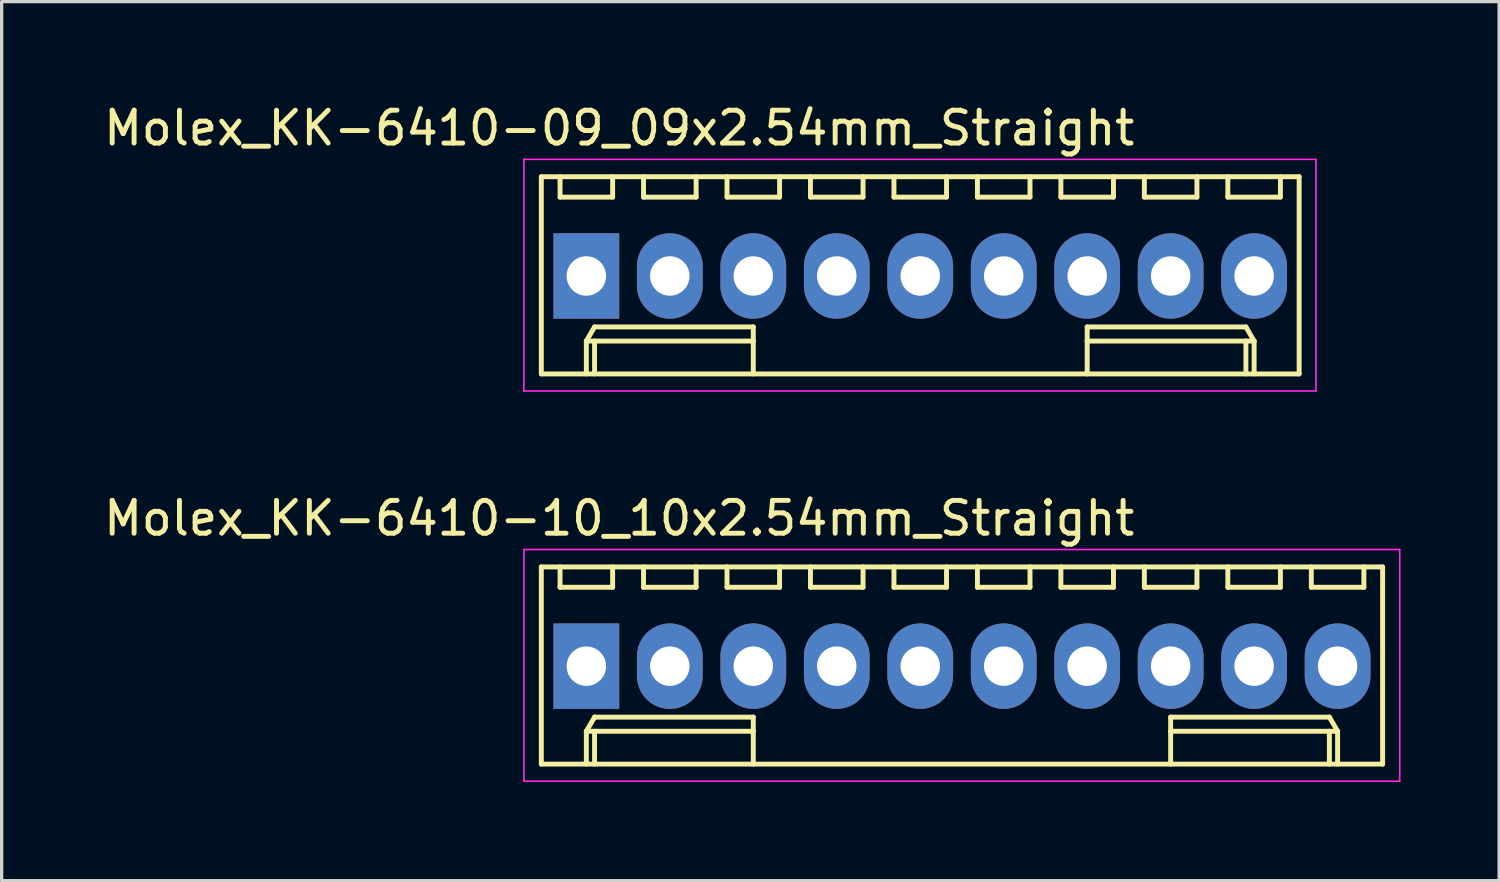
<source format=kicad_pcb>
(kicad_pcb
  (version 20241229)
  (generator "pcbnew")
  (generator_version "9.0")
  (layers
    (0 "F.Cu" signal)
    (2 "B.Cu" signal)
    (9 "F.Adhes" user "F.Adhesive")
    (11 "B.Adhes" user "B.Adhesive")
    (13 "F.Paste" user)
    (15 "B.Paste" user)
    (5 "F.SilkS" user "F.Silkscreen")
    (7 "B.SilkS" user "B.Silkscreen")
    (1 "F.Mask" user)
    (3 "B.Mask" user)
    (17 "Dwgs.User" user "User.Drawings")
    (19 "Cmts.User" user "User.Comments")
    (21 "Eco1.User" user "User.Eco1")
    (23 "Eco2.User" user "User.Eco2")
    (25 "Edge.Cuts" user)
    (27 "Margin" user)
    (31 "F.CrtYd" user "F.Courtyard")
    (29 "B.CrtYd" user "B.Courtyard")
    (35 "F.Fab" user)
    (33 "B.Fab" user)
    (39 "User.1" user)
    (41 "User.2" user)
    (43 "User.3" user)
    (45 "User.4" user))
  (footprint "Molex_KK-6410-09_09x2.54mm_Straight"
    (layer "F.Cu")
    (at 14.792 5.348)
    (property "Reference" "Molex_KK-6410-09_09x2.54mm_Straight" (at 1 -4.5 0) (layer "F.SilkS") (effects (font (size 1 1) (thickness 0.15))))
    (attr through_hole)
    (fp_line (start -1.37 -3.02) (end -1.37 2.98) (stroke (width 0.15) (type solid)) (layer "F.SilkS"))
    (fp_line (start -1.37 2.98) (end 21.69 2.98) (stroke (width 0.15) (type solid)) (layer "F.SilkS"))
    (fp_line (start -0.8 -3.02) (end -0.8 -2.4) (stroke (width 0.15) (type solid)) (layer "F.SilkS"))
    (fp_line (start -0.8 -2.4) (end 0.8 -2.4) (stroke (width 0.15) (type solid)) (layer "F.SilkS"))
    (fp_line (start 0 1.98) (end 0.25 1.55) (stroke (width 0.15) (type solid)) (layer "F.SilkS"))
    (fp_line (start 0 1.98) (end 5.08 1.98) (stroke (width 0.15) (type solid)) (layer "F.SilkS"))
    (fp_line (start 0 2.98) (end 0 1.98) (stroke (width 0.15) (type solid)) (layer "F.SilkS"))
    (fp_line (start 0.25 1.55) (end 5.08 1.55) (stroke (width 0.15) (type solid)) (layer "F.SilkS"))
    (fp_line (start 0.25 2.98) (end 0.25 1.98) (stroke (width 0.15) (type solid)) (layer "F.SilkS"))
    (fp_line (start 0.8 -2.4) (end 0.8 -3.02) (stroke (width 0.15) (type solid)) (layer "F.SilkS"))
    (fp_line (start 1.74 -3.02) (end 1.74 -2.4) (stroke (width 0.15) (type solid)) (layer "F.SilkS"))
    (fp_line (start 1.74 -2.4) (end 3.34 -2.4) (stroke (width 0.15) (type solid)) (layer "F.SilkS"))
    (fp_line (start 3.34 -2.4) (end 3.34 -3.02) (stroke (width 0.15) (type solid)) (layer "F.SilkS"))
    (fp_line (start 4.28 -3.02) (end 4.28 -2.4) (stroke (width 0.15) (type solid)) (layer "F.SilkS"))
    (fp_line (start 4.28 -2.4) (end 5.88 -2.4) (stroke (width 0.15) (type solid)) (layer "F.SilkS"))
    (fp_line (start 5.08 1.55) (end 5.08 1.98) (stroke (width 0.15) (type solid)) (layer "F.SilkS"))
    (fp_line (start 5.08 1.98) (end 5.08 2.98) (stroke (width 0.15) (type solid)) (layer "F.SilkS"))
    (fp_line (start 5.88 -2.4) (end 5.88 -3.02) (stroke (width 0.15) (type solid)) (layer "F.SilkS"))
    (fp_line (start 6.82 -3.02) (end 6.82 -2.4) (stroke (width 0.15) (type solid)) (layer "F.SilkS"))
    (fp_line (start 6.82 -2.4) (end 8.42 -2.4) (stroke (width 0.15) (type solid)) (layer "F.SilkS"))
    (fp_line (start 8.42 -2.4) (end 8.42 -3.02) (stroke (width 0.15) (type solid)) (layer "F.SilkS"))
    (fp_line (start 9.36 -3.02) (end 9.36 -2.4) (stroke (width 0.15) (type solid)) (layer "F.SilkS"))
    (fp_line (start 9.36 -2.4) (end 10.96 -2.4) (stroke (width 0.15) (type solid)) (layer "F.SilkS"))
    (fp_line (start 10.96 -2.4) (end 10.96 -3.02) (stroke (width 0.15) (type solid)) (layer "F.SilkS"))
    (fp_line (start 11.9 -3.02) (end 11.9 -2.4) (stroke (width 0.15) (type solid)) (layer "F.SilkS"))
    (fp_line (start 11.9 -2.4) (end 13.5 -2.4) (stroke (width 0.15) (type solid)) (layer "F.SilkS"))
    (fp_line (start 13.5 -2.4) (end 13.5 -3.02) (stroke (width 0.15) (type solid)) (layer "F.SilkS"))
    (fp_line (start 14.44 -3.02) (end 14.44 -2.4) (stroke (width 0.15) (type solid)) (layer "F.SilkS"))
    (fp_line (start 14.44 -2.4) (end 16.04 -2.4) (stroke (width 0.15) (type solid)) (layer "F.SilkS"))
    (fp_line (start 15.24 1.55) (end 15.24 1.98) (stroke (width 0.15) (type solid)) (layer "F.SilkS"))
    (fp_line (start 15.24 1.98) (end 15.24 2.98) (stroke (width 0.15) (type solid)) (layer "F.SilkS"))
    (fp_line (start 16.04 -2.4) (end 16.04 -3.02) (stroke (width 0.15) (type solid)) (layer "F.SilkS"))
    (fp_line (start 16.98 -3.02) (end 16.98 -2.4) (stroke (width 0.15) (type solid)) (layer "F.SilkS"))
    (fp_line (start 16.98 -2.4) (end 18.58 -2.4) (stroke (width 0.15) (type solid)) (layer "F.SilkS"))
    (fp_line (start 18.58 -2.4) (end 18.58 -3.02) (stroke (width 0.15) (type solid)) (layer "F.SilkS"))
    (fp_line (start 19.52 -3.02) (end 19.52 -2.4) (stroke (width 0.15) (type solid)) (layer "F.SilkS"))
    (fp_line (start 19.52 -2.4) (end 21.12 -2.4) (stroke (width 0.15) (type solid)) (layer "F.SilkS"))
    (fp_line (start 20.07 1.55) (end 15.24 1.55) (stroke (width 0.15) (type solid)) (layer "F.SilkS"))
    (fp_line (start 20.07 2.98) (end 20.07 1.98) (stroke (width 0.15) (type solid)) (layer "F.SilkS"))
    (fp_line (start 20.32 1.98) (end 15.24 1.98) (stroke (width 0.15) (type solid)) (layer "F.SilkS"))
    (fp_line (start 20.32 1.98) (end 20.07 1.55) (stroke (width 0.15) (type solid)) (layer "F.SilkS"))
    (fp_line (start 20.32 2.98) (end 20.32 1.98) (stroke (width 0.15) (type solid)) (layer "F.SilkS"))
    (fp_line (start 21.12 -2.4) (end 21.12 -3.02) (stroke (width 0.15) (type solid)) (layer "F.SilkS"))
    (fp_line (start 21.69 -3.02) (end -1.37 -3.02) (stroke (width 0.15) (type solid)) (layer "F.SilkS"))
    (fp_line (start 21.69 2.98) (end 21.69 -3.02) (stroke (width 0.15) (type solid)) (layer "F.SilkS"))
    (fp_line (start -1.9 -3.55) (end 22.2 -3.55) (stroke (width 0.05) (type solid)) (layer "F.CrtYd"))
    (fp_line (start -1.9 3.5) (end -1.9 -3.55) (stroke (width 0.05) (type solid)) (layer "F.CrtYd"))
    (fp_line (start 22.2 -3.55) (end 22.2 3.5) (stroke (width 0.05) (type solid)) (layer "F.CrtYd"))
    (fp_line (start 22.2 3.5) (end -1.9 3.5) (stroke (width 0.05) (type solid)) (layer "F.CrtYd"))
    (pad "1" thru_hole rect (at 0 0) (size 2 2.6) (drill 1.2) (layers "*.Cu" "*.Mask"))
    (pad "2" thru_hole oval (at 2.54 0) (size 2 2.6) (drill 1.2) (layers "*.Cu" "*.Mask"))
    (pad "3" thru_hole oval (at 5.08 0) (size 2 2.6) (drill 1.2) (layers "*.Cu" "*.Mask"))
    (pad "4" thru_hole oval (at 7.62 0) (size 2 2.6) (drill 1.2) (layers "*.Cu" "*.Mask"))
    (pad "5" thru_hole oval (at 10.16 0) (size 2 2.6) (drill 1.2) (layers "*.Cu" "*.Mask"))
    (pad "6" thru_hole oval (at 12.7 0) (size 2 2.6) (drill 1.2) (layers "*.Cu" "*.Mask"))
    (pad "7" thru_hole oval (at 15.24 0) (size 2 2.6) (drill 1.2) (layers "*.Cu" "*.Mask"))
    (pad "8" thru_hole oval (at 17.78 0) (size 2 2.6) (drill 1.2) (layers "*.Cu" "*.Mask"))
    (pad "9" thru_hole oval (at 20.32 0) (size 2 2.6) (drill 1.2) (layers "*.Cu" "*.Mask")))
  (footprint "Molex_KK-6410-10_10x2.54mm_Straight"
    (layer "F.Cu")
    (at 14.792 17.221)
    (property "Reference" "Molex_KK-6410-10_10x2.54mm_Straight" (at 1 -4.5 0) (layer "F.SilkS") (effects (font (size 1 1) (thickness 0.15))))
    (attr through_hole)
    (fp_line (start -1.37 -3.02) (end -1.37 2.98) (stroke (width 0.15) (type solid)) (layer "F.SilkS"))
    (fp_line (start -1.37 2.98) (end 24.23 2.98) (stroke (width 0.15) (type solid)) (layer "F.SilkS"))
    (fp_line (start -0.8 -3.02) (end -0.8 -2.4) (stroke (width 0.15) (type solid)) (layer "F.SilkS"))
    (fp_line (start -0.8 -2.4) (end 0.8 -2.4) (stroke (width 0.15) (type solid)) (layer "F.SilkS"))
    (fp_line (start 0 1.98) (end 0.25 1.55) (stroke (width 0.15) (type solid)) (layer "F.SilkS"))
    (fp_line (start 0 1.98) (end 5.08 1.98) (stroke (width 0.15) (type solid)) (layer "F.SilkS"))
    (fp_line (start 0 2.98) (end 0 1.98) (stroke (width 0.15) (type solid)) (layer "F.SilkS"))
    (fp_line (start 0.25 1.55) (end 5.08 1.55) (stroke (width 0.15) (type solid)) (layer "F.SilkS"))
    (fp_line (start 0.25 2.98) (end 0.25 1.98) (stroke (width 0.15) (type solid)) (layer "F.SilkS"))
    (fp_line (start 0.8 -2.4) (end 0.8 -3.02) (stroke (width 0.15) (type solid)) (layer "F.SilkS"))
    (fp_line (start 1.74 -3.02) (end 1.74 -2.4) (stroke (width 0.15) (type solid)) (layer "F.SilkS"))
    (fp_line (start 1.74 -2.4) (end 3.34 -2.4) (stroke (width 0.15) (type solid)) (layer "F.SilkS"))
    (fp_line (start 3.34 -2.4) (end 3.34 -3.02) (stroke (width 0.15) (type solid)) (layer "F.SilkS"))
    (fp_line (start 4.28 -3.02) (end 4.28 -2.4) (stroke (width 0.15) (type solid)) (layer "F.SilkS"))
    (fp_line (start 4.28 -2.4) (end 5.88 -2.4) (stroke (width 0.15) (type solid)) (layer "F.SilkS"))
    (fp_line (start 5.08 1.55) (end 5.08 1.98) (stroke (width 0.15) (type solid)) (layer "F.SilkS"))
    (fp_line (start 5.08 1.98) (end 5.08 2.98) (stroke (width 0.15) (type solid)) (layer "F.SilkS"))
    (fp_line (start 5.88 -2.4) (end 5.88 -3.02) (stroke (width 0.15) (type solid)) (layer "F.SilkS"))
    (fp_line (start 6.82 -3.02) (end 6.82 -2.4) (stroke (width 0.15) (type solid)) (layer "F.SilkS"))
    (fp_line (start 6.82 -2.4) (end 8.42 -2.4) (stroke (width 0.15) (type solid)) (layer "F.SilkS"))
    (fp_line (start 8.42 -2.4) (end 8.42 -3.02) (stroke (width 0.15) (type solid)) (layer "F.SilkS"))
    (fp_line (start 9.36 -3.02) (end 9.36 -2.4) (stroke (width 0.15) (type solid)) (layer "F.SilkS"))
    (fp_line (start 9.36 -2.4) (end 10.96 -2.4) (stroke (width 0.15) (type solid)) (layer "F.SilkS"))
    (fp_line (start 10.96 -2.4) (end 10.96 -3.02) (stroke (width 0.15) (type solid)) (layer "F.SilkS"))
    (fp_line (start 11.9 -3.02) (end 11.9 -2.4) (stroke (width 0.15) (type solid)) (layer "F.SilkS"))
    (fp_line (start 11.9 -2.4) (end 13.5 -2.4) (stroke (width 0.15) (type solid)) (layer "F.SilkS"))
    (fp_line (start 13.5 -2.4) (end 13.5 -3.02) (stroke (width 0.15) (type solid)) (layer "F.SilkS"))
    (fp_line (start 14.44 -3.02) (end 14.44 -2.4) (stroke (width 0.15) (type solid)) (layer "F.SilkS"))
    (fp_line (start 14.44 -2.4) (end 16.04 -2.4) (stroke (width 0.15) (type solid)) (layer "F.SilkS"))
    (fp_line (start 16.04 -2.4) (end 16.04 -3.02) (stroke (width 0.15) (type solid)) (layer "F.SilkS"))
    (fp_line (start 16.98 -3.02) (end 16.98 -2.4) (stroke (width 0.15) (type solid)) (layer "F.SilkS"))
    (fp_line (start 16.98 -2.4) (end 18.58 -2.4) (stroke (width 0.15) (type solid)) (layer "F.SilkS"))
    (fp_line (start 17.78 1.55) (end 17.78 1.98) (stroke (width 0.15) (type solid)) (layer "F.SilkS"))
    (fp_line (start 17.78 1.98) (end 17.78 2.98) (stroke (width 0.15) (type solid)) (layer "F.SilkS"))
    (fp_line (start 18.58 -2.4) (end 18.58 -3.02) (stroke (width 0.15) (type solid)) (layer "F.SilkS"))
    (fp_line (start 19.52 -3.02) (end 19.52 -2.4) (stroke (width 0.15) (type solid)) (layer "F.SilkS"))
    (fp_line (start 19.52 -2.4) (end 21.12 -2.4) (stroke (width 0.15) (type solid)) (layer "F.SilkS"))
    (fp_line (start 21.12 -2.4) (end 21.12 -3.02) (stroke (width 0.15) (type solid)) (layer "F.SilkS"))
    (fp_line (start 22.06 -3.02) (end 22.06 -2.4) (stroke (width 0.15) (type solid)) (layer "F.SilkS"))
    (fp_line (start 22.06 -2.4) (end 23.66 -2.4) (stroke (width 0.15) (type solid)) (layer "F.SilkS"))
    (fp_line (start 22.61 1.55) (end 17.78 1.55) (stroke (width 0.15) (type solid)) (layer "F.SilkS"))
    (fp_line (start 22.61 2.98) (end 22.61 1.98) (stroke (width 0.15) (type solid)) (layer "F.SilkS"))
    (fp_line (start 22.86 1.98) (end 17.78 1.98) (stroke (width 0.15) (type solid)) (layer "F.SilkS"))
    (fp_line (start 22.86 1.98) (end 22.61 1.55) (stroke (width 0.15) (type solid)) (layer "F.SilkS"))
    (fp_line (start 22.86 2.98) (end 22.86 1.98) (stroke (width 0.15) (type solid)) (layer "F.SilkS"))
    (fp_line (start 23.66 -2.4) (end 23.66 -3.02) (stroke (width 0.15) (type solid)) (layer "F.SilkS"))
    (fp_line (start 24.23 -3.02) (end -1.37 -3.02) (stroke (width 0.15) (type solid)) (layer "F.SilkS"))
    (fp_line (start 24.23 2.98) (end 24.23 -3.02) (stroke (width 0.15) (type solid)) (layer "F.SilkS"))
    (fp_line (start -1.9 -3.55) (end 24.75 -3.55) (stroke (width 0.05) (type solid)) (layer "F.CrtYd"))
    (fp_line (start -1.9 3.5) (end -1.9 -3.55) (stroke (width 0.05) (type solid)) (layer "F.CrtYd"))
    (fp_line (start 24.75 -3.55) (end 24.75 3.5) (stroke (width 0.05) (type solid)) (layer "F.CrtYd"))
    (fp_line (start 24.75 3.5) (end -1.9 3.5) (stroke (width 0.05) (type solid)) (layer "F.CrtYd"))
    (pad "1" thru_hole rect (at 0 0) (size 2 2.6) (drill 1.2) (layers "*.Cu" "*.Mask"))
    (pad "2" thru_hole oval (at 2.54 0) (size 2 2.6) (drill 1.2) (layers "*.Cu" "*.Mask"))
    (pad "3" thru_hole oval (at 5.08 0) (size 2 2.6) (drill 1.2) (layers "*.Cu" "*.Mask"))
    (pad "4" thru_hole oval (at 7.62 0) (size 2 2.6) (drill 1.2) (layers "*.Cu" "*.Mask"))
    (pad "5" thru_hole oval (at 10.16 0) (size 2 2.6) (drill 1.2) (layers "*.Cu" "*.Mask"))
    (pad "6" thru_hole oval (at 12.7 0) (size 2 2.6) (drill 1.2) (layers "*.Cu" "*.Mask"))
    (pad "7" thru_hole oval (at 15.24 0) (size 2 2.6) (drill 1.2) (layers "*.Cu" "*.Mask"))
    (pad "8" thru_hole oval (at 17.78 0) (size 2 2.6) (drill 1.2) (layers "*.Cu" "*.Mask"))
    (pad "9" thru_hole oval (at 20.32 0) (size 2 2.6) (drill 1.2) (layers "*.Cu" "*.Mask"))
    (pad "10" thru_hole oval (at 22.86 0) (size 2 2.6) (drill 1.2) (layers "*.Cu" "*.Mask")))
  (gr_rect
    (start -3 -3)
    (end 42.567 23.747)
    (stroke (width 0.1) (type default))
    (fill no)
    (layer "Edge.Cuts")))
</source>
